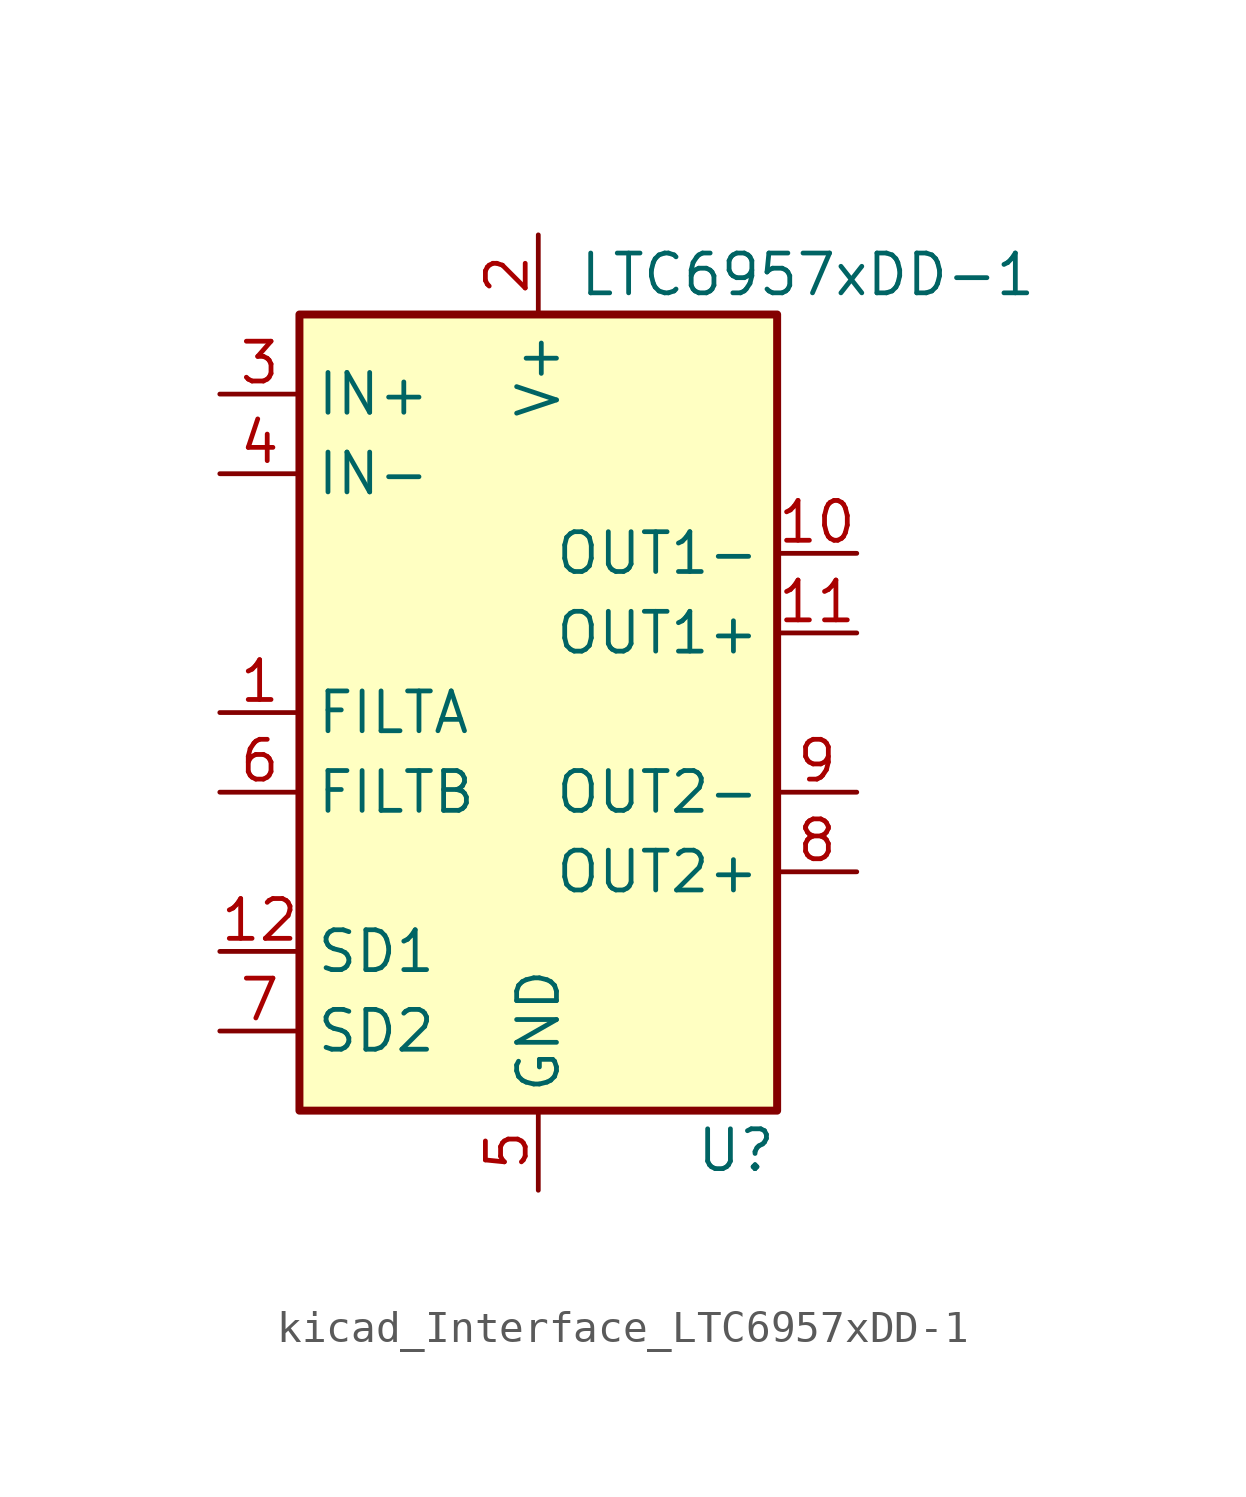
<source format=kicad_sym>
(kicad_symbol_lib
  (version 20220914)
  (generator kicad_symbol_editor)
  (symbol "kicad_Interface_LTC6957xDD-1"
    (property "Reference" "U"
      (at 7.62 -13.97 0)
      (effects (font (size 1.27 1.27)) (justify right)))
    (property "Value" "LTC6957xDD-1"
      (at 1.27 13.97 0)
      (effects (font (size 1.27 1.27)) (justify left)))
    (symbol "kicad_Interface_LTC6957xDD-1_0_1"
      (rectangle (start -7.62 12.7) (end 7.62 -12.7) (stroke (width 0.254) (type default)) (fill (type background))))
    (symbol "kicad_Interface_LTC6957xDD-1_1_1"
      (pin input line (at -10.16 0 0) (length 2.54) (name "FILTA" (effects (font (size 1.27 1.27)))) (number "1" (effects (font (size 1.27 1.27)))))
      (pin open_emitter line (at 10.16 5.08 180) (length 2.54) (name "OUT1-" (effects (font (size 1.27 1.27)))) (number "10" (effects (font (size 1.27 1.27)))))
      (pin open_emitter line (at 10.16 2.54 180) (length 2.54) (name "OUT1+" (effects (font (size 1.27 1.27)))) (number "11" (effects (font (size 1.27 1.27)))))
      (pin input line (at -10.16 -7.62 0) (length 2.54) (name "SD1" (effects (font (size 1.27 1.27)))) (number "12" (effects (font (size 1.27 1.27)))))
      (pin passive line (at 0 -15.24 90) (length 2.54) hide (name "GND" (effects (font (size 1.27 1.27)))) (number "13" (effects (font (size 1.27 1.27)))))
      (pin power_in line (at 0 15.24 270) (length 2.54) (name "V+" (effects (font (size 1.27 1.27)))) (number "2" (effects (font (size 1.27 1.27)))))
      (pin input line (at -10.16 10.16 0) (length 2.54) (name "IN+" (effects (font (size 1.27 1.27)))) (number "3" (effects (font (size 1.27 1.27)))))
      (pin input line (at -10.16 7.62 0) (length 2.54) (name "IN-" (effects (font (size 1.27 1.27)))) (number "4" (effects (font (size 1.27 1.27)))))
      (pin power_in line (at 0 -15.24 90) (length 2.54) (name "GND" (effects (font (size 1.27 1.27)))) (number "5" (effects (font (size 1.27 1.27)))))
      (pin input line (at -10.16 -2.54 0) (length 2.54) (name "FILTB" (effects (font (size 1.27 1.27)))) (number "6" (effects (font (size 1.27 1.27)))))
      (pin input line (at -10.16 -10.16 0) (length 2.54) (name "SD2" (effects (font (size 1.27 1.27)))) (number "7" (effects (font (size 1.27 1.27)))))
      (pin open_emitter line (at 10.16 -5.08 180) (length 2.54) (name "OUT2+" (effects (font (size 1.27 1.27)))) (number "8" (effects (font (size 1.27 1.27)))))
      (pin open_emitter line (at 10.16 -2.54 180) (length 2.54) (name "OUT2-" (effects (font (size 1.27 1.27)))) (number "9" (effects (font (size 1.27 1.27))))))))
</source>
